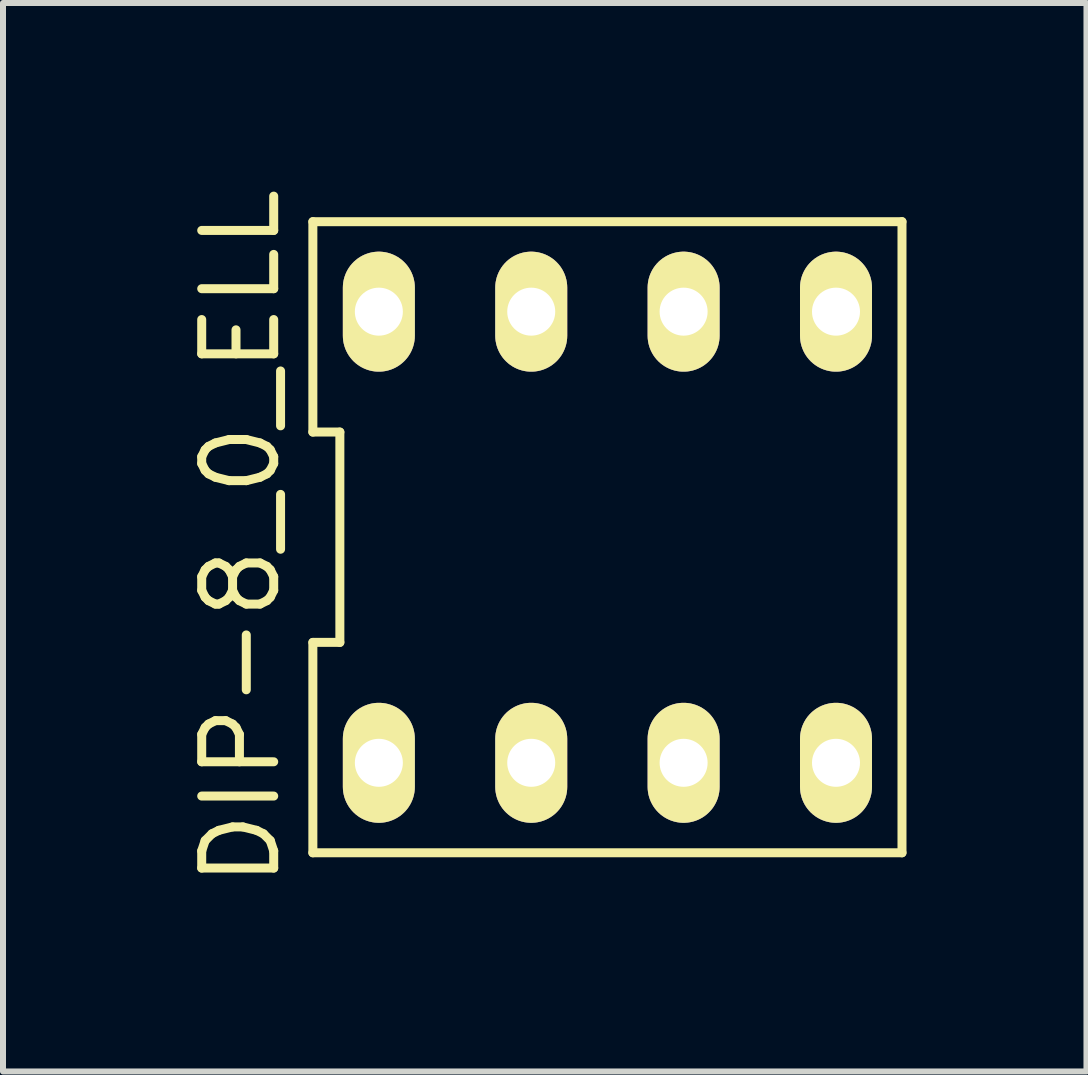
<source format=kicad_pcb>
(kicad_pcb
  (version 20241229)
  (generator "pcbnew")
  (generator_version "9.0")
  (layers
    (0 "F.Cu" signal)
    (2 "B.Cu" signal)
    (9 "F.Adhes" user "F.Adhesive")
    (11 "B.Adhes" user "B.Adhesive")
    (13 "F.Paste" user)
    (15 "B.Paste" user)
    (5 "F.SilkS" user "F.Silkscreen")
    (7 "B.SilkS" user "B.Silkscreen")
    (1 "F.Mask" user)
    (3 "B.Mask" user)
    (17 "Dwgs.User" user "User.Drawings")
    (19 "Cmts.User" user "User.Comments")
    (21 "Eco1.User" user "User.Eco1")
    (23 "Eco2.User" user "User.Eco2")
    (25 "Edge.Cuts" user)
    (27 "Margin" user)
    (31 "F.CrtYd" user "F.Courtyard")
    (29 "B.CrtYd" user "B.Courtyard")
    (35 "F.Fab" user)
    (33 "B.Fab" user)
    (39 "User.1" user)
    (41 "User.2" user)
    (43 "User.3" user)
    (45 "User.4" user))
  (footprint "DIP-8_0_ELL"
    (layer "F.Cu")
    (at 7.075 5.905)
    (property "Reference" "DIP-8_0_ELL" (at -6.11 0 90) (layer "F.SilkS") (effects (font (size 1.2 1.2) (thickness 0.15))))
    (attr through_hole)
    (fp_line (start -4.91 -5.26) (end -4.91 -1.753) (stroke (width 0.15) (type solid)) (layer "F.SilkS"))
    (fp_line (start -4.91 -1.753) (end -4.46 -1.753) (stroke (width 0.15) (type solid)) (layer "F.SilkS"))
    (fp_line (start -4.91 1.753) (end -4.91 5.26) (stroke (width 0.15) (type solid)) (layer "F.SilkS"))
    (fp_line (start -4.91 5.26) (end 4.91 5.26) (stroke (width 0.15) (type solid)) (layer "F.SilkS"))
    (fp_line (start -4.46 -1.753) (end -4.46 1.753) (stroke (width 0.15) (type solid)) (layer "F.SilkS"))
    (fp_line (start -4.46 1.753) (end -4.91 1.753) (stroke (width 0.15) (type solid)) (layer "F.SilkS"))
    (fp_line (start 4.91 -5.26) (end -4.91 -5.26) (stroke (width 0.15) (type solid)) (layer "F.SilkS"))
    (fp_line (start 4.91 5.26) (end 4.91 -5.26) (stroke (width 0.15) (type solid)) (layer "F.SilkS"))
    (pad "1" thru_hole oval (at -3.81 3.76) (size 1.2 2) (drill 0.8) (layers "*.Cu" "*.Mask" "F.SilkS"))
    (pad "2" thru_hole oval (at -1.27 3.76) (size 1.2 2) (drill 0.8) (layers "*.Cu" "*.Mask" "F.SilkS"))
    (pad "3" thru_hole oval (at 1.27 3.76) (size 1.2 2) (drill 0.8) (layers "*.Cu" "*.Mask" "F.SilkS"))
    (pad "4" thru_hole oval (at 3.81 3.76) (size 1.2 2) (drill 0.8) (layers "*.Cu" "*.Mask" "F.SilkS"))
    (pad "5" thru_hole oval (at 3.81 -3.76) (size 1.2 2) (drill 0.8) (layers "*.Cu" "*.Mask" "F.SilkS"))
    (pad "6" thru_hole oval (at 1.27 -3.76) (size 1.2 2) (drill 0.8) (layers "*.Cu" "*.Mask" "F.SilkS"))
    (pad "7" thru_hole oval (at -1.27 -3.76) (size 1.2 2) (drill 0.8) (layers "*.Cu" "*.Mask" "F.SilkS"))
    (pad "8" thru_hole oval (at -3.81 -3.76) (size 1.2 2) (drill 0.8) (layers "*.Cu" "*.Mask" "F.SilkS")))
  (gr_rect
    (start -3 -3)
    (end 15.06 14.81)
    (stroke (width 0.1) (type default))
    (fill no)
    (layer "Edge.Cuts")))
</source>
